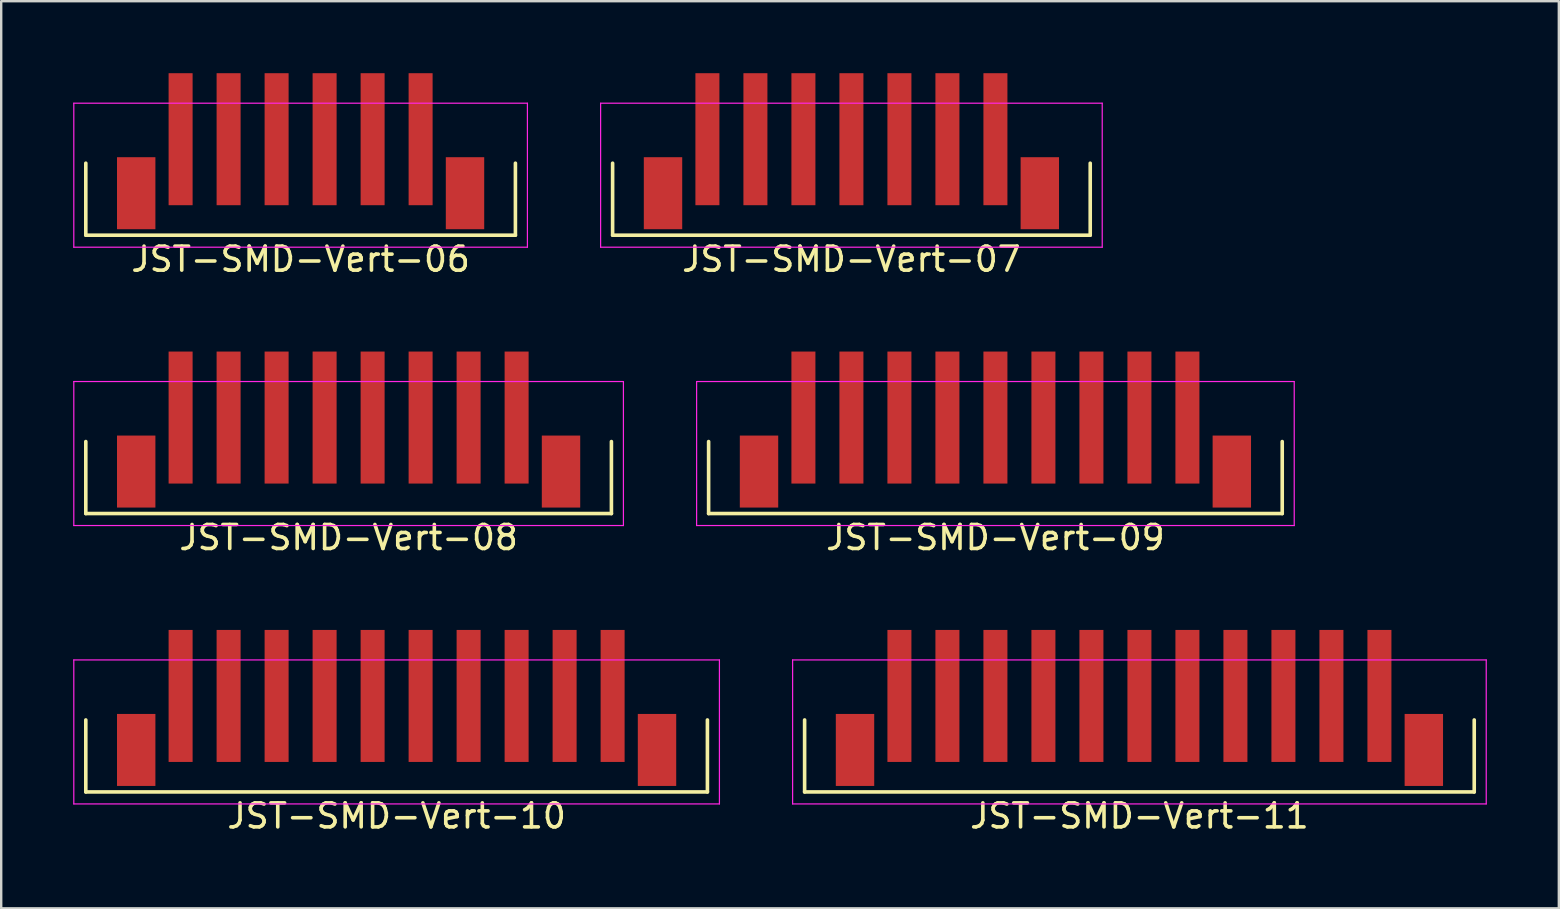
<source format=kicad_pcb>
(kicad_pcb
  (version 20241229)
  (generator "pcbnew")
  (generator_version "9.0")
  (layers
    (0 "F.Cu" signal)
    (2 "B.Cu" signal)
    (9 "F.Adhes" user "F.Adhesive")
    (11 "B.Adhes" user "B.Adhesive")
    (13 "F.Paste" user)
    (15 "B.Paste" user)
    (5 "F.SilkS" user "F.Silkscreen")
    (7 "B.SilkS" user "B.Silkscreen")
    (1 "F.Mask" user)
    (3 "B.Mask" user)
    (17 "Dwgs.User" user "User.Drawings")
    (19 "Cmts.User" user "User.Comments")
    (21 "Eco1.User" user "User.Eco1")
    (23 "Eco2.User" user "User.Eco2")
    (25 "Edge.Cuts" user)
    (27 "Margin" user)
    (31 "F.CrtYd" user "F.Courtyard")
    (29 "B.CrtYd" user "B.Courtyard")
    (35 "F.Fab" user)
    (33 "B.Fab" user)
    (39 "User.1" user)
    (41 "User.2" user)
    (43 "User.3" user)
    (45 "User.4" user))
  (footprint "JST-SMD-Vert-10"
    (layer "F.Cu")
    (at 13.475 25.947)
    (property "Reference" "JST-SMD-Vert-10" (at 0 5 0) (layer "F.SilkS") (effects (font (size 1 1) (thickness 0.15))))
    (attr through_hole)
    (fp_line (start -12.95 1) (end -12.95 4) (stroke (width 0.15) (type solid)) (layer "F.SilkS"))
    (fp_line (start -12.95 4) (end 12.95 4) (stroke (width 0.15) (type solid)) (layer "F.SilkS"))
    (fp_line (start 12.95 4) (end 12.95 1) (stroke (width 0.15) (type solid)) (layer "F.SilkS"))
    (fp_line (start -13.45 -1.5) (end -13.45 4.5) (stroke (width 0.05) (type solid)) (layer "F.CrtYd"))
    (fp_line (start -13.45 4.5) (end 13.45 4.5) (stroke (width 0.05) (type solid)) (layer "F.CrtYd"))
    (fp_line (start 13.45 -1.5) (end -13.45 -1.5) (stroke (width 0.05) (type solid)) (layer "F.CrtYd"))
    (fp_line (start 13.45 4.5) (end 13.45 -1.5) (stroke (width 0.05) (type solid)) (layer "F.CrtYd"))
    (pad "0" smd rect (at -10.85 2.25) (size 1.6 3) (layers "F.Cu" "F.Mask" "F.Paste"))
    (pad "0" smd rect (at 10.85 2.25) (size 1.6 3) (layers "F.Cu" "F.Mask" "F.Paste"))
    (pad "1" smd rect (at -9 0) (size 1 5.5) (layers "F.Cu" "F.Mask" "F.Paste"))
    (pad "2" smd rect (at -7 0) (size 1 5.5) (layers "F.Cu" "F.Mask" "F.Paste"))
    (pad "3" smd rect (at -5 0) (size 1 5.5) (layers "F.Cu" "F.Mask" "F.Paste"))
    (pad "4" smd rect (at -3 0) (size 1 5.5) (layers "F.Cu" "F.Mask" "F.Paste"))
    (pad "5" smd rect (at -1 0) (size 1 5.5) (layers "F.Cu" "F.Mask" "F.Paste"))
    (pad "6" smd rect (at 1 0) (size 1 5.5) (layers "F.Cu" "F.Mask" "F.Paste"))
    (pad "7" smd rect (at 3 0) (size 1 5.5) (layers "F.Cu" "F.Mask" "F.Paste"))
    (pad "8" smd rect (at 5 0) (size 1 5.5) (layers "F.Cu" "F.Mask" "F.Paste"))
    (pad "9" smd rect (at 7 0) (size 1 5.5) (layers "F.Cu" "F.Mask" "F.Paste"))
    (pad "10" smd rect (at 9 0) (size 1 5.5) (layers "F.Cu" "F.Mask" "F.Paste")))
  (footprint "JST-SMD-Vert-06"
    (layer "F.Cu")
    (at 9.475 2.75)
    (property "Reference" "JST-SMD-Vert-06" (at 0 5 0) (layer "F.SilkS") (effects (font (size 1 1) (thickness 0.15))))
    (attr through_hole)
    (fp_line (start -8.95 1) (end -8.95 4) (stroke (width 0.15) (type solid)) (layer "F.SilkS"))
    (fp_line (start -8.95 4) (end 8.95 4) (stroke (width 0.15) (type solid)) (layer "F.SilkS"))
    (fp_line (start 8.95 4) (end 8.95 1) (stroke (width 0.15) (type solid)) (layer "F.SilkS"))
    (fp_line (start -9.45 -1.5) (end -9.45 4.5) (stroke (width 0.05) (type solid)) (layer "F.CrtYd"))
    (fp_line (start -9.45 4.5) (end 9.45 4.5) (stroke (width 0.05) (type solid)) (layer "F.CrtYd"))
    (fp_line (start 9.45 -1.5) (end -9.45 -1.5) (stroke (width 0.05) (type solid)) (layer "F.CrtYd"))
    (fp_line (start 9.45 4.5) (end 9.45 -1.5) (stroke (width 0.05) (type solid)) (layer "F.CrtYd"))
    (pad "0" smd rect (at -6.85 2.25) (size 1.6 3) (layers "F.Cu" "F.Mask" "F.Paste"))
    (pad "0" smd rect (at 6.85 2.25) (size 1.6 3) (layers "F.Cu" "F.Mask" "F.Paste"))
    (pad "1" smd rect (at -5 0) (size 1 5.5) (layers "F.Cu" "F.Mask" "F.Paste"))
    (pad "2" smd rect (at -3 0) (size 1 5.5) (layers "F.Cu" "F.Mask" "F.Paste"))
    (pad "3" smd rect (at -1 0) (size 1 5.5) (layers "F.Cu" "F.Mask" "F.Paste"))
    (pad "4" smd rect (at 1 0) (size 1 5.5) (layers "F.Cu" "F.Mask" "F.Paste"))
    (pad "5" smd rect (at 3 0) (size 1 5.5) (layers "F.Cu" "F.Mask" "F.Paste"))
    (pad "6" smd rect (at 5 0) (size 1 5.5) (layers "F.Cu" "F.Mask" "F.Paste")))
  (footprint "JST-SMD-Vert-09"
    (layer "F.Cu")
    (at 38.425 14.348)
    (property "Reference" "JST-SMD-Vert-09" (at 0 5 0) (layer "F.SilkS") (effects (font (size 1 1) (thickness 0.15))))
    (attr through_hole)
    (fp_line (start -11.95 1) (end -11.95 4) (stroke (width 0.15) (type solid)) (layer "F.SilkS"))
    (fp_line (start -11.95 4) (end 11.95 4) (stroke (width 0.15) (type solid)) (layer "F.SilkS"))
    (fp_line (start 11.95 4) (end 11.95 1) (stroke (width 0.15) (type solid)) (layer "F.SilkS"))
    (fp_line (start -12.45 -1.5) (end -12.45 4.5) (stroke (width 0.05) (type solid)) (layer "F.CrtYd"))
    (fp_line (start -12.45 4.5) (end 12.45 4.5) (stroke (width 0.05) (type solid)) (layer "F.CrtYd"))
    (fp_line (start 12.45 -1.5) (end -12.45 -1.5) (stroke (width 0.05) (type solid)) (layer "F.CrtYd"))
    (fp_line (start 12.45 4.5) (end 12.45 -1.5) (stroke (width 0.05) (type solid)) (layer "F.CrtYd"))
    (pad "0" smd rect (at -9.85 2.25) (size 1.6 3) (layers "F.Cu" "F.Mask" "F.Paste"))
    (pad "0" smd rect (at 9.85 2.25) (size 1.6 3) (layers "F.Cu" "F.Mask" "F.Paste"))
    (pad "1" smd rect (at -8 0) (size 1 5.5) (layers "F.Cu" "F.Mask" "F.Paste"))
    (pad "2" smd rect (at -6 0) (size 1 5.5) (layers "F.Cu" "F.Mask" "F.Paste"))
    (pad "3" smd rect (at -4 0) (size 1 5.5) (layers "F.Cu" "F.Mask" "F.Paste"))
    (pad "4" smd rect (at -2 0) (size 1 5.5) (layers "F.Cu" "F.Mask" "F.Paste"))
    (pad "5" smd rect (at 0 0) (size 1 5.5) (layers "F.Cu" "F.Mask" "F.Paste"))
    (pad "6" smd rect (at 2 0) (size 1 5.5) (layers "F.Cu" "F.Mask" "F.Paste"))
    (pad "7" smd rect (at 4 0) (size 1 5.5) (layers "F.Cu" "F.Mask" "F.Paste"))
    (pad "8" smd rect (at 6 0) (size 1 5.5) (layers "F.Cu" "F.Mask" "F.Paste"))
    (pad "9" smd rect (at 8 0) (size 1 5.5) (layers "F.Cu" "F.Mask" "F.Paste")))
  (footprint "JST-SMD-Vert-11"
    (layer "F.Cu")
    (at 44.425 25.947)
    (property "Reference" "JST-SMD-Vert-11" (at 0 5 0) (layer "F.SilkS") (effects (font (size 1 1) (thickness 0.15))))
    (attr through_hole)
    (fp_line (start -13.95 1) (end -13.95 4) (stroke (width 0.15) (type solid)) (layer "F.SilkS"))
    (fp_line (start -13.95 4) (end 13.95 4) (stroke (width 0.15) (type solid)) (layer "F.SilkS"))
    (fp_line (start 13.95 4) (end 13.95 1) (stroke (width 0.15) (type solid)) (layer "F.SilkS"))
    (fp_line (start -14.45 -1.5) (end -14.45 4.5) (stroke (width 0.05) (type solid)) (layer "F.CrtYd"))
    (fp_line (start -14.45 4.5) (end 14.45 4.5) (stroke (width 0.05) (type solid)) (layer "F.CrtYd"))
    (fp_line (start 14.45 -1.5) (end -14.45 -1.5) (stroke (width 0.05) (type solid)) (layer "F.CrtYd"))
    (fp_line (start 14.45 4.5) (end 14.45 -1.5) (stroke (width 0.05) (type solid)) (layer "F.CrtYd"))
    (pad "0" smd rect (at -11.85 2.25) (size 1.6 3) (layers "F.Cu" "F.Mask" "F.Paste"))
    (pad "0" smd rect (at 11.85 2.25) (size 1.6 3) (layers "F.Cu" "F.Mask" "F.Paste"))
    (pad "1" smd rect (at -10 0) (size 1 5.5) (layers "F.Cu" "F.Mask" "F.Paste"))
    (pad "2" smd rect (at -8 0) (size 1 5.5) (layers "F.Cu" "F.Mask" "F.Paste"))
    (pad "3" smd rect (at -6 0) (size 1 5.5) (layers "F.Cu" "F.Mask" "F.Paste"))
    (pad "4" smd rect (at -4 0) (size 1 5.5) (layers "F.Cu" "F.Mask" "F.Paste"))
    (pad "5" smd rect (at -2 0) (size 1 5.5) (layers "F.Cu" "F.Mask" "F.Paste"))
    (pad "6" smd rect (at 0 0) (size 1 5.5) (layers "F.Cu" "F.Mask" "F.Paste"))
    (pad "7" smd rect (at 2 0) (size 1 5.5) (layers "F.Cu" "F.Mask" "F.Paste"))
    (pad "8" smd rect (at 4 0) (size 1 5.5) (layers "F.Cu" "F.Mask" "F.Paste"))
    (pad "9" smd rect (at 6 0) (size 1 5.5) (layers "F.Cu" "F.Mask" "F.Paste"))
    (pad "10" smd rect (at 8 0) (size 1 5.5) (layers "F.Cu" "F.Mask" "F.Paste"))
    (pad "11" smd rect (at 10 0) (size 1 5.5) (layers "F.Cu" "F.Mask" "F.Paste")))
  (footprint "JST-SMD-Vert-07"
    (layer "F.Cu")
    (at 32.425 2.75)
    (property "Reference" "JST-SMD-Vert-07" (at 0 5 0) (layer "F.SilkS") (effects (font (size 1 1) (thickness 0.15))))
    (attr through_hole)
    (fp_line (start -9.95 1) (end -9.95 4) (stroke (width 0.15) (type solid)) (layer "F.SilkS"))
    (fp_line (start -9.95 4) (end 9.95 4) (stroke (width 0.15) (type solid)) (layer "F.SilkS"))
    (fp_line (start 9.95 4) (end 9.95 1) (stroke (width 0.15) (type solid)) (layer "F.SilkS"))
    (fp_line (start -10.45 -1.5) (end -10.45 4.5) (stroke (width 0.05) (type solid)) (layer "F.CrtYd"))
    (fp_line (start -10.45 4.5) (end 10.45 4.5) (stroke (width 0.05) (type solid)) (layer "F.CrtYd"))
    (fp_line (start 10.45 -1.5) (end -10.45 -1.5) (stroke (width 0.05) (type solid)) (layer "F.CrtYd"))
    (fp_line (start 10.45 4.5) (end 10.45 -1.5) (stroke (width 0.05) (type solid)) (layer "F.CrtYd"))
    (pad "0" smd rect (at -7.85 2.25) (size 1.6 3) (layers "F.Cu" "F.Mask" "F.Paste"))
    (pad "0" smd rect (at 7.85 2.25) (size 1.6 3) (layers "F.Cu" "F.Mask" "F.Paste"))
    (pad "1" smd rect (at -6 0) (size 1 5.5) (layers "F.Cu" "F.Mask" "F.Paste"))
    (pad "2" smd rect (at -4 0) (size 1 5.5) (layers "F.Cu" "F.Mask" "F.Paste"))
    (pad "3" smd rect (at -2 0) (size 1 5.5) (layers "F.Cu" "F.Mask" "F.Paste"))
    (pad "4" smd rect (at 0 0) (size 1 5.5) (layers "F.Cu" "F.Mask" "F.Paste"))
    (pad "5" smd rect (at 2 0) (size 1 5.5) (layers "F.Cu" "F.Mask" "F.Paste"))
    (pad "6" smd rect (at 4 0) (size 1 5.5) (layers "F.Cu" "F.Mask" "F.Paste"))
    (pad "7" smd rect (at 6 0) (size 1 5.5) (layers "F.Cu" "F.Mask" "F.Paste")))
  (footprint "JST-SMD-Vert-08"
    (layer "F.Cu")
    (at 11.475 14.348)
    (property "Reference" "JST-SMD-Vert-08" (at 0 5 0) (layer "F.SilkS") (effects (font (size 1 1) (thickness 0.15))))
    (attr through_hole)
    (fp_line (start -10.95 1) (end -10.95 4) (stroke (width 0.15) (type solid)) (layer "F.SilkS"))
    (fp_line (start -10.95 4) (end 10.95 4) (stroke (width 0.15) (type solid)) (layer "F.SilkS"))
    (fp_line (start 10.95 4) (end 10.95 1) (stroke (width 0.15) (type solid)) (layer "F.SilkS"))
    (fp_line (start -11.45 -1.5) (end -11.45 4.5) (stroke (width 0.05) (type solid)) (layer "F.CrtYd"))
    (fp_line (start -11.45 4.5) (end 11.45 4.5) (stroke (width 0.05) (type solid)) (layer "F.CrtYd"))
    (fp_line (start 11.45 -1.5) (end -11.45 -1.5) (stroke (width 0.05) (type solid)) (layer "F.CrtYd"))
    (fp_line (start 11.45 4.5) (end 11.45 -1.5) (stroke (width 0.05) (type solid)) (layer "F.CrtYd"))
    (pad "0" smd rect (at -8.85 2.25) (size 1.6 3) (layers "F.Cu" "F.Mask" "F.Paste"))
    (pad "0" smd rect (at 8.85 2.25) (size 1.6 3) (layers "F.Cu" "F.Mask" "F.Paste"))
    (pad "1" smd rect (at -7 0) (size 1 5.5) (layers "F.Cu" "F.Mask" "F.Paste"))
    (pad "2" smd rect (at -5 0) (size 1 5.5) (layers "F.Cu" "F.Mask" "F.Paste"))
    (pad "3" smd rect (at -3 0) (size 1 5.5) (layers "F.Cu" "F.Mask" "F.Paste"))
    (pad "4" smd rect (at -1 0) (size 1 5.5) (layers "F.Cu" "F.Mask" "F.Paste"))
    (pad "5" smd rect (at 1 0) (size 1 5.5) (layers "F.Cu" "F.Mask" "F.Paste"))
    (pad "6" smd rect (at 3 0) (size 1 5.5) (layers "F.Cu" "F.Mask" "F.Paste"))
    (pad "7" smd rect (at 5 0) (size 1 5.5) (layers "F.Cu" "F.Mask" "F.Paste"))
    (pad "8" smd rect (at 7 0) (size 1 5.5) (layers "F.Cu" "F.Mask" "F.Paste")))
  (gr_rect
    (start -3 -3)
    (end 61.9 34.795)
    (stroke (width 0.1) (type default))
    (fill no)
    (layer "Edge.Cuts")))
</source>
